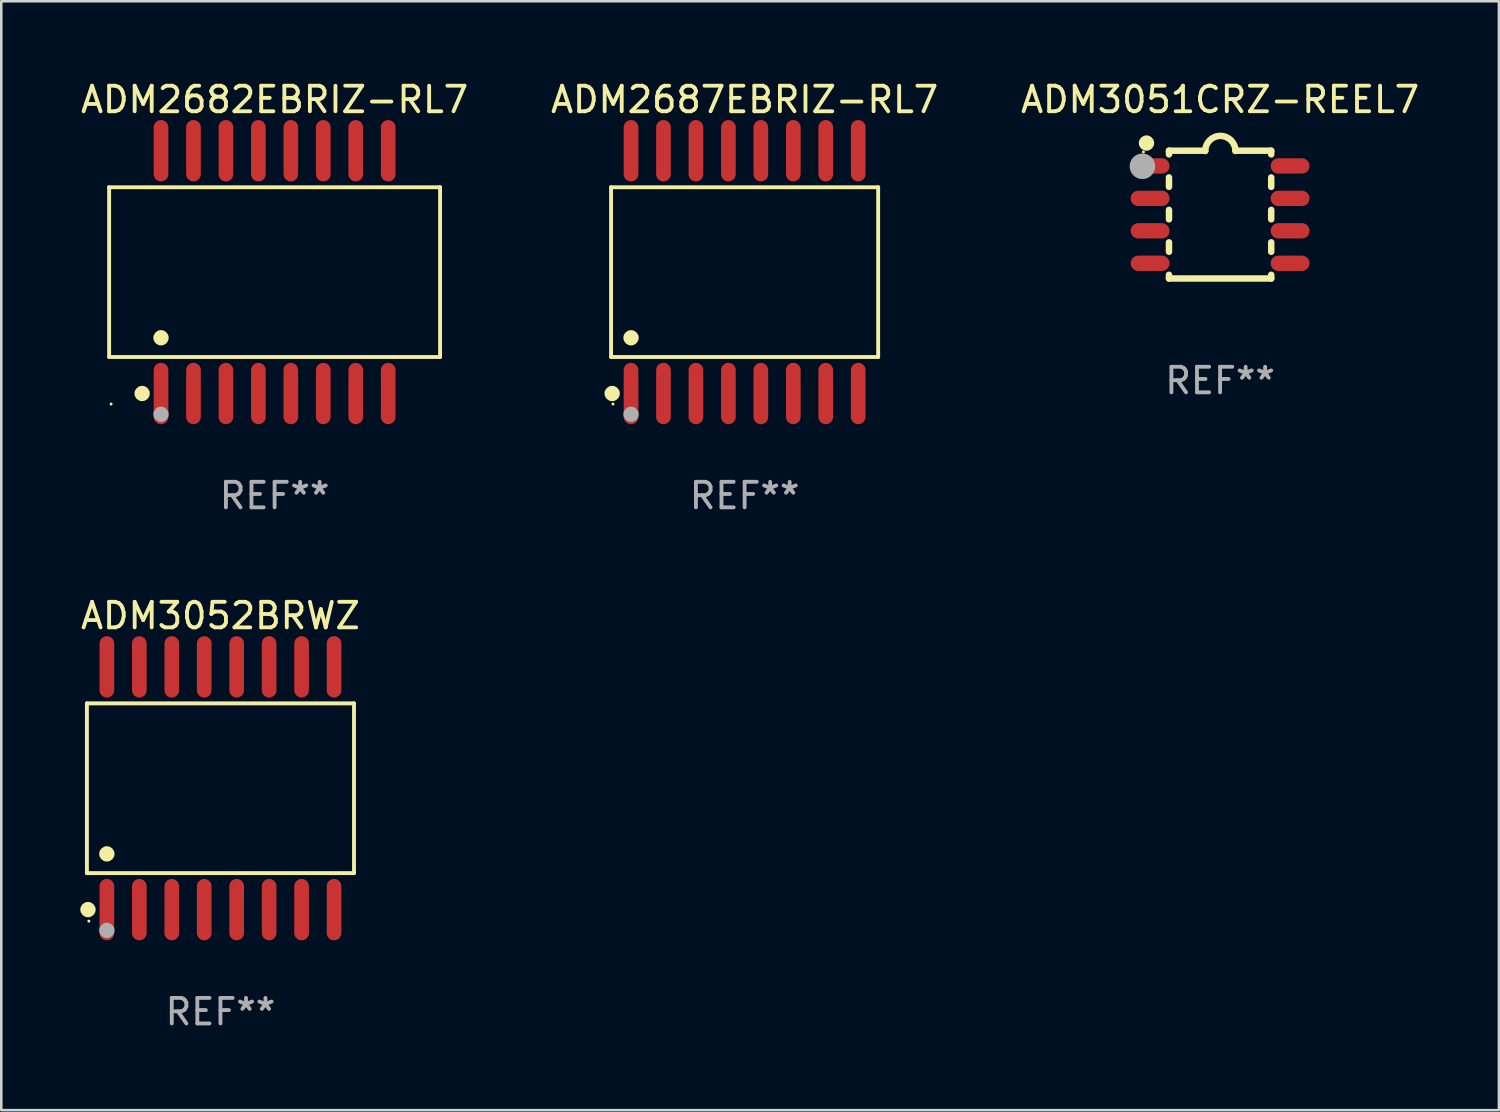
<source format=kicad_pcb>
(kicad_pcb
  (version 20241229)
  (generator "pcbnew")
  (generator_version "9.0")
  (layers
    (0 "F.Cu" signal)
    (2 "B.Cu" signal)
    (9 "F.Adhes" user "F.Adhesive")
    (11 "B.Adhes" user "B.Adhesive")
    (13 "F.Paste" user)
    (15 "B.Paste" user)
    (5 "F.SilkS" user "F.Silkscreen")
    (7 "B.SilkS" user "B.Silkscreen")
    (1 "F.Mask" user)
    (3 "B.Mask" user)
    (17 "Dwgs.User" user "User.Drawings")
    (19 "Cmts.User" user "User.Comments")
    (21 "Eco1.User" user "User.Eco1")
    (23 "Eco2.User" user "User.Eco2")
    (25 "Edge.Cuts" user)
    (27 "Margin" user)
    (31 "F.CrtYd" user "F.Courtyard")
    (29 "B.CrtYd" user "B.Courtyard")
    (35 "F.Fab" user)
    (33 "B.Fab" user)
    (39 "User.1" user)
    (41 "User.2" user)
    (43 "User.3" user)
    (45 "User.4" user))
  (footprint "ADM2687EBRIZ-RL7"
    (layer "F.Cu")
    (at 26.089 7.599)
    (property "Reference" "ADM2687EBRIZ-RL7" (at 0 -6.75 0) (layer "F.SilkS") (effects (font (size 1 1) (thickness 0.15))))
    (attr through_hole)
    (fp_line (start -5.226 -3.321) (end 5.226 -3.321) (stroke (width 0.152) (type solid)) (layer "F.SilkS"))
    (fp_line (start -5.226 3.321) (end -5.226 -3.321) (stroke (width 0.152) (type solid)) (layer "F.SilkS"))
    (fp_line (start 5.226 -3.321) (end 5.226 3.321) (stroke (width 0.152) (type solid)) (layer "F.SilkS"))
    (fp_line (start 5.226 3.321) (end -5.226 3.321) (stroke (width 0.152) (type solid)) (layer "F.SilkS"))
    (fp_circle (center -5.184 4.75) (end -5.034 4.75) (stroke (width 0.3) (type solid)) (fill no) (layer "F.SilkS"))
    (fp_circle (center -5.15 5.163) (end -5.12 5.163) (stroke (width 0.06) (type solid)) (fill no) (layer "F.SilkS"))
    (fp_circle (center -4.445 2.569) (end -4.295 2.569) (stroke (width 0.3) (type solid)) (fill no) (layer "F.SilkS"))
    (fp_circle (center -4.445 5.563) (end -4.295 5.563) (stroke (width 0.3) (type solid)) (fill no) (layer "F.Fab"))
    (fp_text user "REF**" (at 0 8.75 0) (layer "F.Fab") (effects (font (size 1 1) (thickness 0.15))))
    (pad "1" smd oval (at -4.445 4.75) (size 0.574 2.401) (layers "F.Cu" "F.Mask" "F.Paste"))
    (pad "2" smd oval (at -3.175 4.75) (size 0.574 2.401) (layers "F.Cu" "F.Mask" "F.Paste"))
    (pad "3" smd oval (at -1.905 4.75) (size 0.574 2.401) (layers "F.Cu" "F.Mask" "F.Paste"))
    (pad "4" smd oval (at -0.635 4.75) (size 0.574 2.401) (layers "F.Cu" "F.Mask" "F.Paste"))
    (pad "5" smd oval (at 0.635 4.75) (size 0.574 2.401) (layers "F.Cu" "F.Mask" "F.Paste"))
    (pad "6" smd oval (at 1.905 4.75) (size 0.574 2.401) (layers "F.Cu" "F.Mask" "F.Paste"))
    (pad "7" smd oval (at 3.175 4.75) (size 0.574 2.401) (layers "F.Cu" "F.Mask" "F.Paste"))
    (pad "8" smd oval (at 4.445 4.75) (size 0.574 2.401) (layers "F.Cu" "F.Mask" "F.Paste"))
    (pad "9" smd oval (at 4.445 -4.75) (size 0.574 2.401) (layers "F.Cu" "F.Mask" "F.Paste"))
    (pad "10" smd oval (at 3.175 -4.75) (size 0.574 2.401) (layers "F.Cu" "F.Mask" "F.Paste"))
    (pad "11" smd oval (at 1.905 -4.75) (size 0.574 2.401) (layers "F.Cu" "F.Mask" "F.Paste"))
    (pad "12" smd oval (at 0.635 -4.75) (size 0.574 2.401) (layers "F.Cu" "F.Mask" "F.Paste"))
    (pad "13" smd oval (at -0.635 -4.75) (size 0.574 2.401) (layers "F.Cu" "F.Mask" "F.Paste"))
    (pad "14" smd oval (at -1.905 -4.75) (size 0.574 2.401) (layers "F.Cu" "F.Mask" "F.Paste"))
    (pad "15" smd oval (at -3.175 -4.75) (size 0.574 2.401) (layers "F.Cu" "F.Mask" "F.Paste"))
    (pad "16" smd oval (at -4.445 -4.75) (size 0.574 2.401) (layers "F.Cu" "F.Mask" "F.Paste")))
  (footprint "ADM2682EBRIZ-RL7"
    (layer "F.Cu")
    (at 7.696 7.599)
    (property "Reference" "ADM2682EBRIZ-RL7" (at 0 -6.75 0) (layer "F.SilkS") (effects (font (size 1 1) (thickness 0.15))))
    (attr through_hole)
    (fp_line (start -6.476 -3.321) (end 6.476 -3.321) (stroke (width 0.152) (type solid)) (layer "F.SilkS"))
    (fp_line (start -6.476 3.321) (end -6.476 -3.321) (stroke (width 0.152) (type solid)) (layer "F.SilkS"))
    (fp_line (start 6.476 -3.321) (end 6.476 3.321) (stroke (width 0.152) (type solid)) (layer "F.SilkS"))
    (fp_line (start 6.476 3.321) (end -6.476 3.321) (stroke (width 0.152) (type solid)) (layer "F.SilkS"))
    (fp_circle (center -6.4 5.163) (end -6.37 5.163) (stroke (width 0.06) (type solid)) (fill no) (layer "F.SilkS"))
    (fp_circle (center -5.184 4.75) (end -5.034 4.75) (stroke (width 0.3) (type solid)) (fill no) (layer "F.SilkS"))
    (fp_circle (center -4.445 2.569) (end -4.295 2.569) (stroke (width 0.3) (type solid)) (fill no) (layer "F.SilkS"))
    (fp_circle (center -4.445 5.563) (end -4.295 5.563) (stroke (width 0.3) (type solid)) (fill no) (layer "F.Fab"))
    (fp_text user "REF**" (at 0 8.75 0) (layer "F.Fab") (effects (font (size 1 1) (thickness 0.15))))
    (pad "1" smd oval (at -4.445 4.75) (size 0.574 2.401) (layers "F.Cu" "F.Mask" "F.Paste"))
    (pad "2" smd oval (at -3.175 4.75) (size 0.574 2.401) (layers "F.Cu" "F.Mask" "F.Paste"))
    (pad "3" smd oval (at -1.905 4.75) (size 0.574 2.401) (layers "F.Cu" "F.Mask" "F.Paste"))
    (pad "4" smd oval (at -0.635 4.75) (size 0.574 2.401) (layers "F.Cu" "F.Mask" "F.Paste"))
    (pad "5" smd oval (at 0.635 4.75) (size 0.574 2.401) (layers "F.Cu" "F.Mask" "F.Paste"))
    (pad "6" smd oval (at 1.905 4.75) (size 0.574 2.401) (layers "F.Cu" "F.Mask" "F.Paste"))
    (pad "7" smd oval (at 3.175 4.75) (size 0.574 2.401) (layers "F.Cu" "F.Mask" "F.Paste"))
    (pad "8" smd oval (at 4.445 4.75) (size 0.574 2.401) (layers "F.Cu" "F.Mask" "F.Paste"))
    (pad "9" smd oval (at 4.445 -4.75) (size 0.574 2.401) (layers "F.Cu" "F.Mask" "F.Paste"))
    (pad "10" smd oval (at 3.175 -4.75) (size 0.574 2.401) (layers "F.Cu" "F.Mask" "F.Paste"))
    (pad "11" smd oval (at 1.905 -4.75) (size 0.574 2.401) (layers "F.Cu" "F.Mask" "F.Paste"))
    (pad "12" smd oval (at 0.635 -4.75) (size 0.574 2.401) (layers "F.Cu" "F.Mask" "F.Paste"))
    (pad "13" smd oval (at -0.635 -4.75) (size 0.574 2.401) (layers "F.Cu" "F.Mask" "F.Paste"))
    (pad "14" smd oval (at -1.905 -4.75) (size 0.574 2.401) (layers "F.Cu" "F.Mask" "F.Paste"))
    (pad "15" smd oval (at -3.175 -4.75) (size 0.574 2.401) (layers "F.Cu" "F.Mask" "F.Paste"))
    (pad "16" smd oval (at -4.445 -4.75) (size 0.574 2.401) (layers "F.Cu" "F.Mask" "F.Paste")))
  (footprint "ADM3051CRZ-REEL7"
    (layer "F.Cu")
    (at 44.696 5.348)
    (property "Reference" "ADM3051CRZ-REEL7" (at 0 -4.5 0) (layer "F.SilkS") (effects (font (size 1 1) (thickness 0.15))))
    (attr through_hole)
    (fp_line (start -2 -2.5) (end -2 -2.356) (stroke (width 0.254) (type solid)) (layer "F.SilkS"))
    (fp_line (start -2 -1.454) (end -2 -1.086) (stroke (width 0.254) (type solid)) (layer "F.SilkS"))
    (fp_line (start -2 -0.184) (end -2 0.184) (stroke (width 0.254) (type solid)) (layer "F.SilkS"))
    (fp_line (start -2 1.086) (end -2 1.454) (stroke (width 0.254) (type solid)) (layer "F.SilkS"))
    (fp_line (start -2 2.356) (end -2 2.5) (stroke (width 0.254) (type solid)) (layer "F.SilkS"))
    (fp_line (start -0.58 -2.5) (end -2 -2.5) (stroke (width 0.254) (type solid)) (layer "F.SilkS"))
    (fp_line (start 2 -2.5) (end 0.6 -2.5) (stroke (width 0.254) (type solid)) (layer "F.SilkS"))
    (fp_line (start 2 -2.5) (end 2 -2.356) (stroke (width 0.254) (type solid)) (layer "F.SilkS"))
    (fp_line (start 2 -1.454) (end 2 -1.086) (stroke (width 0.254) (type solid)) (layer "F.SilkS"))
    (fp_line (start 2 -0.184) (end 2 0.184) (stroke (width 0.254) (type solid)) (layer "F.SilkS"))
    (fp_line (start 2 1.086) (end 2 1.454) (stroke (width 0.254) (type solid)) (layer "F.SilkS"))
    (fp_line (start 2 2.356) (end 2 2.5) (stroke (width 0.254) (type solid)) (layer "F.SilkS"))
    (fp_line (start 2 2.5) (end -2 2.5) (stroke (width 0.254) (type solid)) (layer "F.SilkS"))
    (fp_arc (start -0.579908 -2.489992) (mid 0.010097 -3.07831) (end 0.600102 -2.489992) (stroke (width 0.254001) (type solid)) (layer "F.SilkS"))
    (fp_circle (center -3 -2.45) (end -2.97 -2.45) (stroke (width 0.06) (type solid)) (fill no) (layer "F.SilkS"))
    (fp_circle (center -2.88 -2.8) (end -2.73 -2.8) (stroke (width 0.3) (type solid)) (fill no) (layer "F.SilkS"))
    (fp_circle (center -3.04 -1.89) (end -2.79 -1.89) (stroke (width 0.5) (type solid)) (fill no) (layer "F.Fab"))
    (fp_text user "REF**" (at 0 6.5 0) (layer "F.Fab") (effects (font (size 1 1) (thickness 0.15))))
    (pad "1" smd oval (at -2.74 -1.905 90) (size 0.6 1.52) (layers "F.Cu" "F.Mask" "F.Paste"))
    (pad "2" smd oval (at -2.74 -0.635 90) (size 0.6 1.52) (layers "F.Cu" "F.Mask" "F.Paste"))
    (pad "3" smd oval (at -2.74 0.635 90) (size 0.6 1.52) (layers "F.Cu" "F.Mask" "F.Paste"))
    (pad "4" smd oval (at -2.74 1.905 90) (size 0.6 1.52) (layers "F.Cu" "F.Mask" "F.Paste"))
    (pad "5" smd oval (at 2.74 1.905 90) (size 0.6 1.52) (layers "F.Cu" "F.Mask" "F.Paste"))
    (pad "6" smd oval (at 2.74 0.635 90) (size 0.6 1.52) (layers "F.Cu" "F.Mask" "F.Paste"))
    (pad "7" smd oval (at 2.74 -0.635 90) (size 0.6 1.52) (layers "F.Cu" "F.Mask" "F.Paste"))
    (pad "8" smd oval (at 2.74 -1.905 90) (size 0.6 1.52) (layers "F.Cu" "F.Mask" "F.Paste")))
  (footprint "ADM3052BRWZ"
    (layer "F.Cu")
    (at 5.577 27.796)
    (property "Reference" "ADM3052BRWZ" (at 0 -6.75 0) (layer "F.SilkS") (effects (font (size 1 1) (thickness 0.15))))
    (attr through_hole)
    (fp_line (start -5.226 -3.321) (end 5.226 -3.321) (stroke (width 0.152) (type solid)) (layer "F.SilkS"))
    (fp_line (start -5.226 3.321) (end -5.226 -3.321) (stroke (width 0.152) (type solid)) (layer "F.SilkS"))
    (fp_line (start 5.226 -3.321) (end 5.226 3.321) (stroke (width 0.152) (type solid)) (layer "F.SilkS"))
    (fp_line (start 5.226 3.321) (end -5.226 3.321) (stroke (width 0.152) (type solid)) (layer "F.SilkS"))
    (fp_circle (center -5.184 4.75) (end -5.034 4.75) (stroke (width 0.3) (type solid)) (fill no) (layer "F.SilkS"))
    (fp_circle (center -5.15 5.2) (end -5.12 5.2) (stroke (width 0.06) (type solid)) (fill no) (layer "F.SilkS"))
    (fp_circle (center -4.445 2.569) (end -4.295 2.569) (stroke (width 0.3) (type solid)) (fill no) (layer "F.SilkS"))
    (fp_circle (center -4.445 5.563) (end -4.295 5.563) (stroke (width 0.3) (type solid)) (fill no) (layer "F.Fab"))
    (fp_text user "REF**" (at 0 8.75 0) (layer "F.Fab") (effects (font (size 1 1) (thickness 0.15))))
    (pad "1" smd oval (at -4.445 4.75) (size 0.574 2.401) (layers "F.Cu" "F.Mask" "F.Paste"))
    (pad "2" smd oval (at -3.175 4.75) (size 0.574 2.401) (layers "F.Cu" "F.Mask" "F.Paste"))
    (pad "3" smd oval (at -1.905 4.75) (size 0.574 2.401) (layers "F.Cu" "F.Mask" "F.Paste"))
    (pad "4" smd oval (at -0.635 4.75) (size 0.574 2.401) (layers "F.Cu" "F.Mask" "F.Paste"))
    (pad "5" smd oval (at 0.635 4.75) (size 0.574 2.401) (layers "F.Cu" "F.Mask" "F.Paste"))
    (pad "6" smd oval (at 1.905 4.75) (size 0.574 2.401) (layers "F.Cu" "F.Mask" "F.Paste"))
    (pad "7" smd oval (at 3.175 4.75) (size 0.574 2.401) (layers "F.Cu" "F.Mask" "F.Paste"))
    (pad "8" smd oval (at 4.445 4.75) (size 0.574 2.401) (layers "F.Cu" "F.Mask" "F.Paste"))
    (pad "9" smd oval (at 4.445 -4.75) (size 0.574 2.401) (layers "F.Cu" "F.Mask" "F.Paste"))
    (pad "10" smd oval (at 3.175 -4.75) (size 0.574 2.401) (layers "F.Cu" "F.Mask" "F.Paste"))
    (pad "11" smd oval (at 1.905 -4.75) (size 0.574 2.401) (layers "F.Cu" "F.Mask" "F.Paste"))
    (pad "12" smd oval (at 0.635 -4.75) (size 0.574 2.401) (layers "F.Cu" "F.Mask" "F.Paste"))
    (pad "13" smd oval (at -0.635 -4.75) (size 0.574 2.401) (layers "F.Cu" "F.Mask" "F.Paste"))
    (pad "14" smd oval (at -1.905 -4.75) (size 0.574 2.401) (layers "F.Cu" "F.Mask" "F.Paste"))
    (pad "15" smd oval (at -3.175 -4.75) (size 0.574 2.401) (layers "F.Cu" "F.Mask" "F.Paste"))
    (pad "16" smd oval (at -4.445 -4.75) (size 0.574 2.401) (layers "F.Cu" "F.Mask" "F.Paste")))
  (gr_rect
    (start -3 -3)
    (end 55.607 40.394)
    (stroke (width 0.1) (type default))
    (fill no)
    (layer "Edge.Cuts")))
</source>
